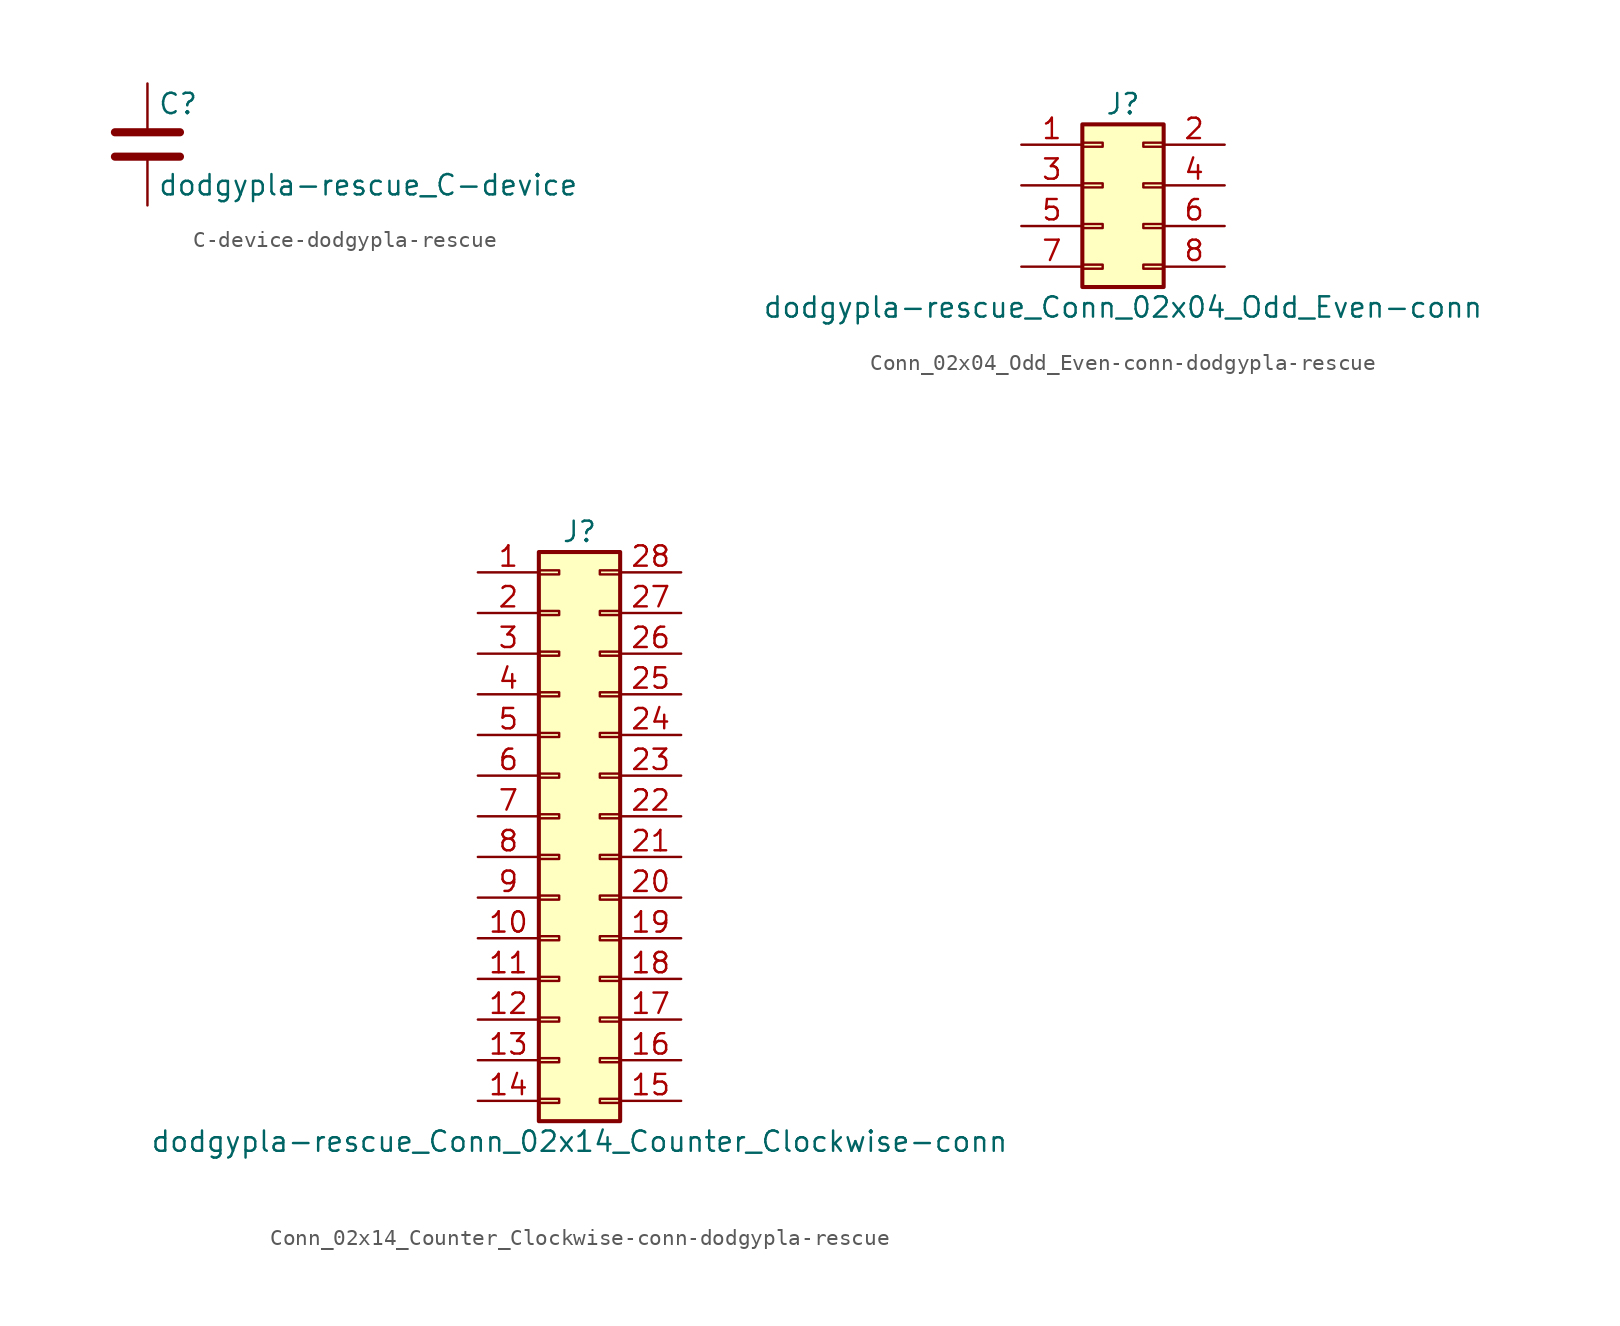
<source format=kicad_sym>
(kicad_symbol_lib
  (version 20231120)
  (generator "kicad_symbol_editor")
  (generator_version "8.0")
  (symbol "C-device-dodgypla-rescue"
    (pin_numbers hide)
    (pin_names
      (offset 0.254))
    (property "Reference" "C"
      (at 0.635 2.54 0)
      (effects (font (size 1.27 1.27)) (justify left)))
    (property "Value" "dodgypla-rescue_C-device"
      (at 0.635 -2.54 0)
      (effects (font (size 1.27 1.27)) (justify left)))
    (symbol "C-device-dodgypla-rescue_0_1"
      (polyline (pts (xy -2.032 -0.762) (xy 2.032 -0.762)) (stroke (width 0.508) (type solid)) (fill (type none)))
      (polyline (pts (xy -2.032 0.762) (xy 2.032 0.762)) (stroke (width 0.508) (type solid)) (fill (type none))))
    (symbol "C-device-dodgypla-rescue_1_1"
      (pin passive line (at 0 3.81 270) (length 2.794) (name "~" (effects (font (size 1.27 1.27)))) (number "1" (effects (font (size 1.27 1.27)))))
      (pin passive line (at 0 -3.81 90) (length 2.794) (name "~" (effects (font (size 1.27 1.27)))) (number "2" (effects (font (size 1.27 1.27)))))))
  (symbol "Conn_02x04_Odd_Even-conn-dodgypla-rescue"
    (pin_names
      (offset 1.016) hide)
    (property "Reference" "J"
      (at 1.27 5.08 0)
      (effects (font (size 1.27 1.27))))
    (property "Value" "dodgypla-rescue_Conn_02x04_Odd_Even-conn"
      (at 1.27 -7.62 0)
      (effects (font (size 1.27 1.27))))
    (symbol "Conn_02x04_Odd_Even-conn-dodgypla-rescue_1_1"
      (rectangle (start -1.27 -4.953) (end 0 -5.207) (stroke (width 0.152) (type solid)) (fill (type none)))
      (rectangle (start -1.27 -2.413) (end 0 -2.667) (stroke (width 0.152) (type solid)) (fill (type none)))
      (rectangle (start -1.27 0.127) (end 0 -0.127) (stroke (width 0.152) (type solid)) (fill (type none)))
      (rectangle (start -1.27 2.667) (end 0 2.413) (stroke (width 0.152) (type solid)) (fill (type none)))
      (rectangle (start -1.27 3.81) (end 3.81 -6.35) (stroke (width 0.254) (type solid)) (fill (type background)))
      (rectangle (start 3.81 -4.953) (end 2.54 -5.207) (stroke (width 0.152) (type solid)) (fill (type none)))
      (rectangle (start 3.81 -2.413) (end 2.54 -2.667) (stroke (width 0.152) (type solid)) (fill (type none)))
      (rectangle (start 3.81 0.127) (end 2.54 -0.127) (stroke (width 0.152) (type solid)) (fill (type none)))
      (rectangle (start 3.81 2.667) (end 2.54 2.413) (stroke (width 0.152) (type solid)) (fill (type none)))
      (pin passive line (at -5.08 2.54 0) (length 3.81) (name "Pin_1" (effects (font (size 1.27 1.27)))) (number "1" (effects (font (size 1.27 1.27)))))
      (pin passive line (at 7.62 2.54 180) (length 3.81) (name "Pin_2" (effects (font (size 1.27 1.27)))) (number "2" (effects (font (size 1.27 1.27)))))
      (pin passive line (at -5.08 0 0) (length 3.81) (name "Pin_3" (effects (font (size 1.27 1.27)))) (number "3" (effects (font (size 1.27 1.27)))))
      (pin passive line (at 7.62 0 180) (length 3.81) (name "Pin_4" (effects (font (size 1.27 1.27)))) (number "4" (effects (font (size 1.27 1.27)))))
      (pin passive line (at -5.08 -2.54 0) (length 3.81) (name "Pin_5" (effects (font (size 1.27 1.27)))) (number "5" (effects (font (size 1.27 1.27)))))
      (pin passive line (at 7.62 -2.54 180) (length 3.81) (name "Pin_6" (effects (font (size 1.27 1.27)))) (number "6" (effects (font (size 1.27 1.27)))))
      (pin passive line (at -5.08 -5.08 0) (length 3.81) (name "Pin_7" (effects (font (size 1.27 1.27)))) (number "7" (effects (font (size 1.27 1.27)))))
      (pin passive line (at 7.62 -5.08 180) (length 3.81) (name "Pin_8" (effects (font (size 1.27 1.27)))) (number "8" (effects (font (size 1.27 1.27)))))))
  (symbol "Conn_02x14_Counter_Clockwise-conn-dodgypla-rescue"
    (pin_names
      (offset 1.016) hide)
    (property "Reference" "J"
      (at 1.27 17.78 0)
      (effects (font (size 1.27 1.27))))
    (property "Value" "dodgypla-rescue_Conn_02x14_Counter_Clockwise-conn"
      (at 1.27 -20.32 0)
      (effects (font (size 1.27 1.27))))
    (symbol "Conn_02x14_Counter_Clockwise-conn-dodgypla-rescue_1_1"
      (rectangle (start -1.27 -17.653) (end 0 -17.907) (stroke (width 0.152) (type solid)) (fill (type none)))
      (rectangle (start -1.27 -15.113) (end 0 -15.367) (stroke (width 0.152) (type solid)) (fill (type none)))
      (rectangle (start -1.27 -12.573) (end 0 -12.827) (stroke (width 0.152) (type solid)) (fill (type none)))
      (rectangle (start -1.27 -10.033) (end 0 -10.287) (stroke (width 0.152) (type solid)) (fill (type none)))
      (rectangle (start -1.27 -7.493) (end 0 -7.747) (stroke (width 0.152) (type solid)) (fill (type none)))
      (rectangle (start -1.27 -4.953) (end 0 -5.207) (stroke (width 0.152) (type solid)) (fill (type none)))
      (rectangle (start -1.27 -2.413) (end 0 -2.667) (stroke (width 0.152) (type solid)) (fill (type none)))
      (rectangle (start -1.27 0.127) (end 0 -0.127) (stroke (width 0.152) (type solid)) (fill (type none)))
      (rectangle (start -1.27 2.667) (end 0 2.413) (stroke (width 0.152) (type solid)) (fill (type none)))
      (rectangle (start -1.27 5.207) (end 0 4.953) (stroke (width 0.152) (type solid)) (fill (type none)))
      (rectangle (start -1.27 7.747) (end 0 7.493) (stroke (width 0.152) (type solid)) (fill (type none)))
      (rectangle (start -1.27 10.287) (end 0 10.033) (stroke (width 0.152) (type solid)) (fill (type none)))
      (rectangle (start -1.27 12.827) (end 0 12.573) (stroke (width 0.152) (type solid)) (fill (type none)))
      (rectangle (start -1.27 15.367) (end 0 15.113) (stroke (width 0.152) (type solid)) (fill (type none)))
      (rectangle (start -1.27 16.51) (end 3.81 -19.05) (stroke (width 0.254) (type solid)) (fill (type background)))
      (rectangle (start 3.81 -17.653) (end 2.54 -17.907) (stroke (width 0.152) (type solid)) (fill (type none)))
      (rectangle (start 3.81 -15.113) (end 2.54 -15.367) (stroke (width 0.152) (type solid)) (fill (type none)))
      (rectangle (start 3.81 -12.573) (end 2.54 -12.827) (stroke (width 0.152) (type solid)) (fill (type none)))
      (rectangle (start 3.81 -10.033) (end 2.54 -10.287) (stroke (width 0.152) (type solid)) (fill (type none)))
      (rectangle (start 3.81 -7.493) (end 2.54 -7.747) (stroke (width 0.152) (type solid)) (fill (type none)))
      (rectangle (start 3.81 -4.953) (end 2.54 -5.207) (stroke (width 0.152) (type solid)) (fill (type none)))
      (rectangle (start 3.81 -2.413) (end 2.54 -2.667) (stroke (width 0.152) (type solid)) (fill (type none)))
      (rectangle (start 3.81 0.127) (end 2.54 -0.127) (stroke (width 0.152) (type solid)) (fill (type none)))
      (rectangle (start 3.81 2.667) (end 2.54 2.413) (stroke (width 0.152) (type solid)) (fill (type none)))
      (rectangle (start 3.81 5.207) (end 2.54 4.953) (stroke (width 0.152) (type solid)) (fill (type none)))
      (rectangle (start 3.81 7.747) (end 2.54 7.493) (stroke (width 0.152) (type solid)) (fill (type none)))
      (rectangle (start 3.81 10.287) (end 2.54 10.033) (stroke (width 0.152) (type solid)) (fill (type none)))
      (rectangle (start 3.81 12.827) (end 2.54 12.573) (stroke (width 0.152) (type solid)) (fill (type none)))
      (rectangle (start 3.81 15.367) (end 2.54 15.113) (stroke (width 0.152) (type solid)) (fill (type none)))
      (pin passive line (at -5.08 15.24 0) (length 3.81) (name "Pin_1" (effects (font (size 1.27 1.27)))) (number "1" (effects (font (size 1.27 1.27)))))
      (pin passive line (at -5.08 -7.62 0) (length 3.81) (name "Pin_10" (effects (font (size 1.27 1.27)))) (number "10" (effects (font (size 1.27 1.27)))))
      (pin passive line (at -5.08 -10.16 0) (length 3.81) (name "Pin_11" (effects (font (size 1.27 1.27)))) (number "11" (effects (font (size 1.27 1.27)))))
      (pin passive line (at -5.08 -12.7 0) (length 3.81) (name "Pin_12" (effects (font (size 1.27 1.27)))) (number "12" (effects (font (size 1.27 1.27)))))
      (pin passive line (at -5.08 -15.24 0) (length 3.81) (name "Pin_13" (effects (font (size 1.27 1.27)))) (number "13" (effects (font (size 1.27 1.27)))))
      (pin passive line (at -5.08 -17.78 0) (length 3.81) (name "Pin_14" (effects (font (size 1.27 1.27)))) (number "14" (effects (font (size 1.27 1.27)))))
      (pin passive line (at 7.62 -17.78 180) (length 3.81) (name "Pin_15" (effects (font (size 1.27 1.27)))) (number "15" (effects (font (size 1.27 1.27)))))
      (pin passive line (at 7.62 -15.24 180) (length 3.81) (name "Pin_16" (effects (font (size 1.27 1.27)))) (number "16" (effects (font (size 1.27 1.27)))))
      (pin passive line (at 7.62 -12.7 180) (length 3.81) (name "Pin_17" (effects (font (size 1.27 1.27)))) (number "17" (effects (font (size 1.27 1.27)))))
      (pin passive line (at 7.62 -10.16 180) (length 3.81) (name "Pin_18" (effects (font (size 1.27 1.27)))) (number "18" (effects (font (size 1.27 1.27)))))
      (pin passive line (at 7.62 -7.62 180) (length 3.81) (name "Pin_19" (effects (font (size 1.27 1.27)))) (number "19" (effects (font (size 1.27 1.27)))))
      (pin passive line (at -5.08 12.7 0) (length 3.81) (name "Pin_2" (effects (font (size 1.27 1.27)))) (number "2" (effects (font (size 1.27 1.27)))))
      (pin passive line (at 7.62 -5.08 180) (length 3.81) (name "Pin_20" (effects (font (size 1.27 1.27)))) (number "20" (effects (font (size 1.27 1.27)))))
      (pin passive line (at 7.62 -2.54 180) (length 3.81) (name "Pin_21" (effects (font (size 1.27 1.27)))) (number "21" (effects (font (size 1.27 1.27)))))
      (pin passive line (at 7.62 0 180) (length 3.81) (name "Pin_22" (effects (font (size 1.27 1.27)))) (number "22" (effects (font (size 1.27 1.27)))))
      (pin passive line (at 7.62 2.54 180) (length 3.81) (name "Pin_23" (effects (font (size 1.27 1.27)))) (number "23" (effects (font (size 1.27 1.27)))))
      (pin passive line (at 7.62 5.08 180) (length 3.81) (name "Pin_24" (effects (font (size 1.27 1.27)))) (number "24" (effects (font (size 1.27 1.27)))))
      (pin passive line (at 7.62 7.62 180) (length 3.81) (name "Pin_25" (effects (font (size 1.27 1.27)))) (number "25" (effects (font (size 1.27 1.27)))))
      (pin passive line (at 7.62 10.16 180) (length 3.81) (name "Pin_26" (effects (font (size 1.27 1.27)))) (number "26" (effects (font (size 1.27 1.27)))))
      (pin passive line (at 7.62 12.7 180) (length 3.81) (name "Pin_27" (effects (font (size 1.27 1.27)))) (number "27" (effects (font (size 1.27 1.27)))))
      (pin passive line (at 7.62 15.24 180) (length 3.81) (name "Pin_28" (effects (font (size 1.27 1.27)))) (number "28" (effects (font (size 1.27 1.27)))))
      (pin passive line (at -5.08 10.16 0) (length 3.81) (name "Pin_3" (effects (font (size 1.27 1.27)))) (number "3" (effects (font (size 1.27 1.27)))))
      (pin passive line (at -5.08 7.62 0) (length 3.81) (name "Pin_4" (effects (font (size 1.27 1.27)))) (number "4" (effects (font (size 1.27 1.27)))))
      (pin passive line (at -5.08 5.08 0) (length 3.81) (name "Pin_5" (effects (font (size 1.27 1.27)))) (number "5" (effects (font (size 1.27 1.27)))))
      (pin passive line (at -5.08 2.54 0) (length 3.81) (name "Pin_6" (effects (font (size 1.27 1.27)))) (number "6" (effects (font (size 1.27 1.27)))))
      (pin passive line (at -5.08 0 0) (length 3.81) (name "Pin_7" (effects (font (size 1.27 1.27)))) (number "7" (effects (font (size 1.27 1.27)))))
      (pin passive line (at -5.08 -2.54 0) (length 3.81) (name "Pin_8" (effects (font (size 1.27 1.27)))) (number "8" (effects (font (size 1.27 1.27)))))
      (pin passive line (at -5.08 -5.08 0) (length 3.81) (name "Pin_9" (effects (font (size 1.27 1.27)))) (number "9" (effects (font (size 1.27 1.27))))))))
</source>
